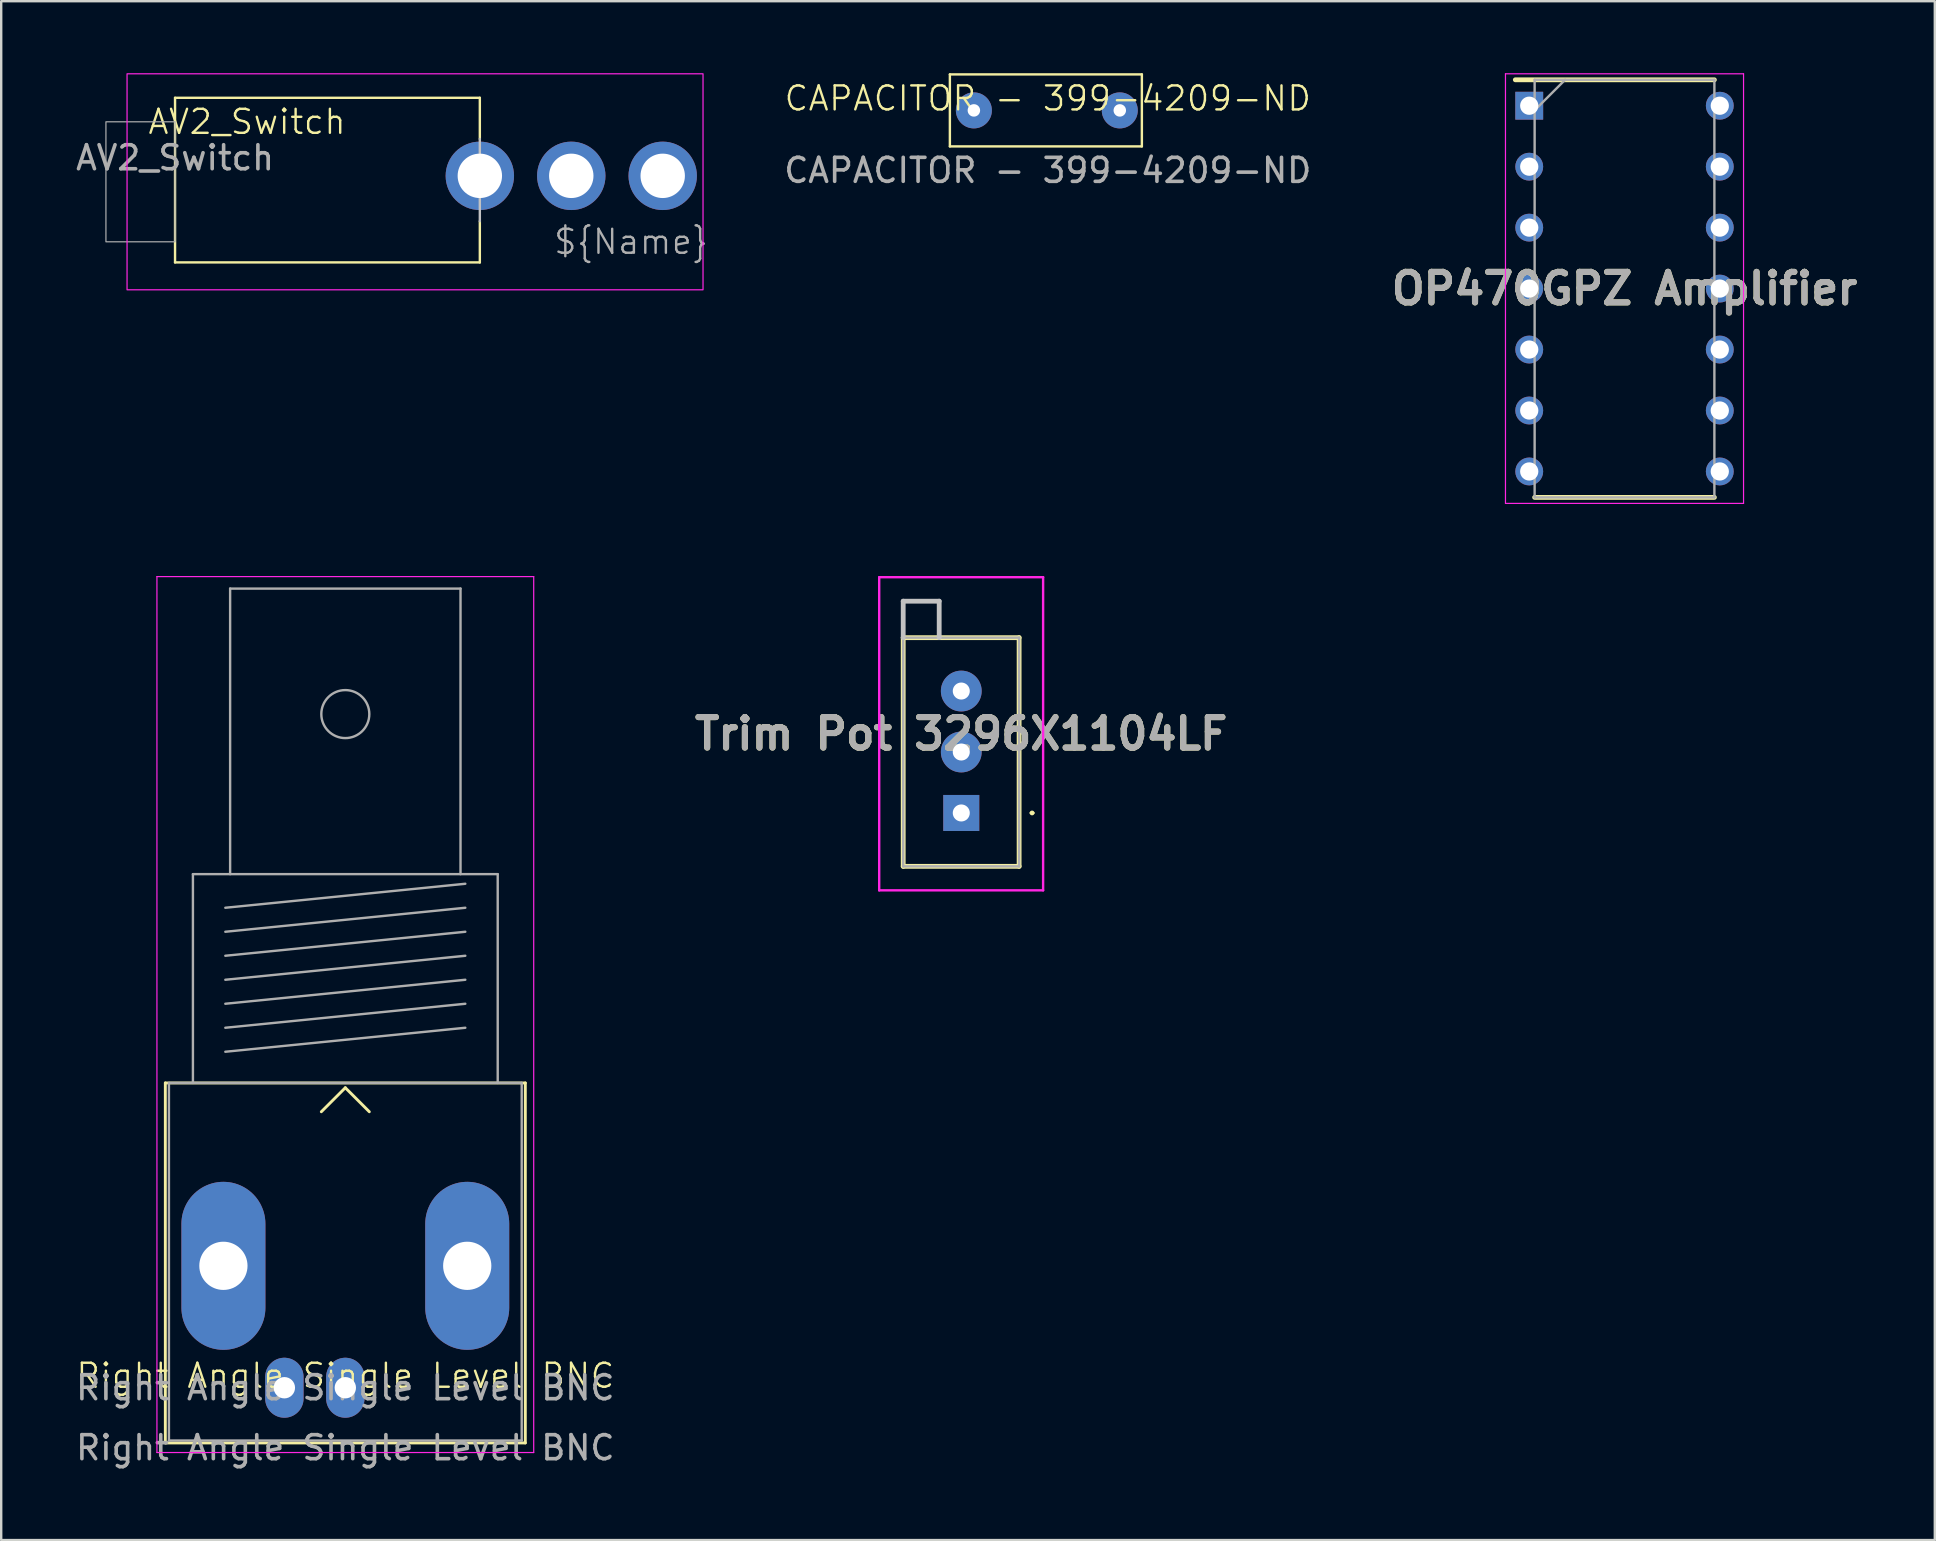
<source format=kicad_pcb>
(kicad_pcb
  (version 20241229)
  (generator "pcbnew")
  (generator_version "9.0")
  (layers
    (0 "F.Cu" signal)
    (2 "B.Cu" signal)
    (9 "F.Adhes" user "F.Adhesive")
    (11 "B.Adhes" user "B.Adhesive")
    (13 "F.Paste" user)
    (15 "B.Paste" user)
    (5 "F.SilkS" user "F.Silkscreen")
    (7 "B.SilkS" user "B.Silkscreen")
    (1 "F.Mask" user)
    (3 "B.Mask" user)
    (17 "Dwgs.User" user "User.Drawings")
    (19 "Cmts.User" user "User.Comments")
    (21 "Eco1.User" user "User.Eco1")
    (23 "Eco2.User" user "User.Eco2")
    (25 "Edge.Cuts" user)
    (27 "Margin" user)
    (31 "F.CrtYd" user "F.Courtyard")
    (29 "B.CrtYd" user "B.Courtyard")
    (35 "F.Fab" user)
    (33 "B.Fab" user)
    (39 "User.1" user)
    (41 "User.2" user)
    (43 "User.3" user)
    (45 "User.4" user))
  (footprint "Trim Pot 3296X1104LF"
    (layer "F.Cu")
    (at 37.005 30.825)
    (property "Reference" "Trim Pot 3296X1104LF" (at -0.005 -3.3 0) (layer "F.SilkS") (effects (font (size 1.27 1.27) (thickness 0.254))))
    (attr through_hole)
    (fp_line (start -2.42 -7.305) (end -2.42 2.225) (stroke (width 0.2) (type solid)) (layer "F.SilkS"))
    (fp_line (start -2.42 2.225) (end 2.41 2.225) (stroke (width 0.2) (type solid)) (layer "F.SilkS"))
    (fp_line (start 2.41 -7.305) (end -2.42 -7.305) (stroke (width 0.2) (type solid)) (layer "F.SilkS"))
    (fp_line (start 2.41 2.225) (end 2.41 -7.305) (stroke (width 0.2) (type solid)) (layer "F.SilkS"))
    (fp_line (start 2.9 0) (end 2.9 0) (stroke (width 0.1) (type solid)) (layer "F.SilkS"))
    (fp_line (start 3 0) (end 3 0) (stroke (width 0.1) (type solid)) (layer "F.SilkS"))
    (fp_arc (start 2.9 0) (mid 2.95 -0.05) (end 3 0) (stroke (width 0.1) (type solid)) (layer "F.SilkS"))
    (fp_arc (start 3 0) (mid 2.95 0.05) (end 2.9 0) (stroke (width 0.1) (type solid)) (layer "F.SilkS"))
    (fp_line (start -2.42 -8.825) (end -2.42 -7.305) (stroke (width 0.2) (type solid)) (layer "Dwgs.User"))
    (fp_line (start -0.92 -8.825) (end -2.42 -8.825) (stroke (width 0.2) (type solid)) (layer "Dwgs.User"))
    (fp_line (start -0.92 -7.305) (end -0.92 -8.825) (stroke (width 0.2) (type solid)) (layer "Dwgs.User"))
    (fp_line (start -3.42 -9.825) (end -3.42 3.225) (stroke (width 0.1) (type solid)) (layer "F.CrtYd"))
    (fp_line (start -3.42 3.225) (end 3.41 3.225) (stroke (width 0.1) (type solid)) (layer "F.CrtYd"))
    (fp_line (start 3.41 -9.825) (end -3.42 -9.825) (stroke (width 0.1) (type solid)) (layer "F.CrtYd"))
    (fp_line (start 3.41 3.225) (end 3.41 -9.825) (stroke (width 0.1) (type solid)) (layer "F.CrtYd"))
    (fp_line (start -2.42 -8.825) (end -0.92 -8.825) (stroke (width 0.1) (type solid)) (layer "F.Fab"))
    (fp_line (start -2.42 -7.305) (end -2.42 -8.825) (stroke (width 0.1) (type solid)) (layer "F.Fab"))
    (fp_line (start -2.42 -7.305) (end -2.42 2.225) (stroke (width 0.1) (type solid)) (layer "F.Fab"))
    (fp_line (start -2.42 2.225) (end 2.41 2.225) (stroke (width 0.1) (type solid)) (layer "F.Fab"))
    (fp_line (start -0.92 -8.825) (end -0.92 -7.305) (stroke (width 0.1) (type solid)) (layer "F.Fab"))
    (fp_line (start 2.41 -7.305) (end -2.42 -7.305) (stroke (width 0.1) (type solid)) (layer "F.Fab"))
    (fp_line (start 2.41 2.225) (end 2.41 -7.305) (stroke (width 0.1) (type solid)) (layer "F.Fab"))
    (fp_text user "${REFERENCE}" (at -0.005 -3.3 0) (layer "F.Fab") (effects (font (size 1.27 1.27) (thickness 0.254))))
    (pad "1" thru_hole rect (at 0 0) (size 1.5 1.5) (drill 0.71) (layers "*.Cu" "*.Mask"))
    (pad "2" thru_hole circle (at 0 -2.54) (size 1.7 1.7) (drill 0.71) (layers "*.Cu" "*.Mask"))
    (pad "3" thru_hole circle (at 0 -5.08) (size 1.7 1.7) (drill 0.71) (layers "*.Cu" "*.Mask")))
  (footprint "Right Angle Single Level BNC"
    (layer "F.Cu")
    (at 11.339 54.775)
    (property "Reference" "Right Angle Single Level BNC" (at 0 -0.5 0) (unlocked yes) (layer "F.SilkS") (effects (font (size 1 1) (thickness 0.1))))
    (attr through_hole)
    (fp_line (start -7.5 -12.7) (end 7.5 -12.7) (stroke (width 0.12) (type solid)) (layer "F.SilkS"))
    (fp_line (start -7.5 2.3) (end -7.5 -12.7) (stroke (width 0.12) (type solid)) (layer "F.SilkS"))
    (fp_line (start 0 -12.5) (end -1 -11.5) (stroke (width 0.12) (type solid)) (layer "F.SilkS"))
    (fp_line (start 0 -12.5) (end 1 -11.5) (stroke (width 0.12) (type solid)) (layer "F.SilkS"))
    (fp_line (start 7.5 -12.7) (end 7.5 2.3) (stroke (width 0.12) (type solid)) (layer "F.SilkS"))
    (fp_line (start 7.5 2.3) (end -7.5 2.3) (stroke (width 0.12) (type solid)) (layer "F.SilkS"))
    (fp_line (start -7.85 2.7) (end -7.85 -33.8) (stroke (width 0.05) (type solid)) (layer "F.CrtYd"))
    (fp_line (start -7.85 2.7) (end 7.85 2.7) (stroke (width 0.05) (type solid)) (layer "F.CrtYd"))
    (fp_line (start 7.85 -33.8) (end -7.85 -33.8) (stroke (width 0.05) (type solid)) (layer "F.CrtYd"))
    (fp_line (start 7.85 2.7) (end 7.85 -33.8) (stroke (width 0.05) (type solid)) (layer "F.CrtYd"))
    (fp_line (start -7.35 -12.7) (end -7.35 2.2) (stroke (width 0.1) (type solid)) (layer "F.Fab"))
    (fp_line (start -7.35 2.2) (end 7.35 2.2) (stroke (width 0.1) (type solid)) (layer "F.Fab"))
    (fp_line (start -6.35 -21.4) (end -6.35 -12.7) (stroke (width 0.1) (type solid)) (layer "F.Fab"))
    (fp_line (start -5 -20) (end 5 -21) (stroke (width 0.1) (type solid)) (layer "F.Fab"))
    (fp_line (start -5 -19) (end 5 -20) (stroke (width 0.1) (type solid)) (layer "F.Fab"))
    (fp_line (start -5 -18) (end 5 -19) (stroke (width 0.1) (type solid)) (layer "F.Fab"))
    (fp_line (start -5 -17) (end 5 -18) (stroke (width 0.1) (type solid)) (layer "F.Fab"))
    (fp_line (start -5 -16) (end 5 -17) (stroke (width 0.1) (type solid)) (layer "F.Fab"))
    (fp_line (start -5 -15) (end 5 -16) (stroke (width 0.1) (type solid)) (layer "F.Fab"))
    (fp_line (start -5 -14) (end 5 -15) (stroke (width 0.1) (type solid)) (layer "F.Fab"))
    (fp_line (start -4.8 -33.3) (end -4.8 -21.4) (stroke (width 0.1) (type solid)) (layer "F.Fab"))
    (fp_line (start 4.8 -33.3) (end -4.8 -33.3) (stroke (width 0.1) (type solid)) (layer "F.Fab"))
    (fp_line (start 4.8 -21.4) (end 4.8 -33.3) (stroke (width 0.1) (type solid)) (layer "F.Fab"))
    (fp_line (start 6.35 -21.4) (end -6.35 -21.4) (stroke (width 0.1) (type solid)) (layer "F.Fab"))
    (fp_line (start 6.35 -12.7) (end 6.35 -21.4) (stroke (width 0.1) (type solid)) (layer "F.Fab"))
    (fp_line (start 7.35 -12.7) (end -7.35 -12.7) (stroke (width 0.1) (type solid)) (layer "F.Fab"))
    (fp_line (start 7.35 2.2) (end 7.35 -12.7) (stroke (width 0.1) (type solid)) (layer "F.Fab"))
    (fp_circle (center 0 -28.07) (end 1 -28.07) (stroke (width 0.1) (type solid)) (fill no) (layer "F.Fab"))
    (fp_text user "${REFERENCE}" (at 0 0 0) (layer "F.Fab") (effects (font (size 1 1) (thickness 0.15))))
    (fp_text user "${REFERENCE}" (at 0 2.5 0) (unlocked yes) (layer "F.Fab") (effects (font (size 1 1) (thickness 0.15))))
    (pad "1" thru_hole oval (at 0 0) (size 1.6 2.5) (drill 0.89) (layers "*.Cu" "*.Mask"))
    (pad "2" thru_hole oval (at -2.54 0) (size 1.6 2.5) (drill 0.89) (layers "*.Cu" "*.Mask"))
    (pad "MH" thru_hole oval (at -5.08 -5.08) (size 3.5 7) (drill 2.01) (layers "*.Cu" "*.Mask"))
    (pad "MH" thru_hole oval (at 5.08 -5.08) (size 3.5 7) (drill 2.01) (layers "*.Cu" "*.Mask")))
  (footprint "CAPACITOR - 399-4209-ND"
    (layer "F.Cu")
    (at 40.61 1.55)
    (property "Reference" "CAPACITOR - 399-4209-ND" (at 0 -0.5 0) (unlocked yes) (layer "F.SilkS") (effects (font (size 1 1) (thickness 0.1))))
    (attr through_hole)
    (fp_line (start -4.08 -1.5) (end 3.92 -1.5) (stroke (width 0.1) (type default)) (layer "F.SilkS"))
    (fp_line (start -4.08 1.5) (end -4.08 -1.5) (stroke (width 0.1) (type default)) (layer "F.SilkS"))
    (fp_line (start 3.92 -1.5) (end 3.92 1.5) (stroke (width 0.1) (type default)) (layer "F.SilkS"))
    (fp_line (start 3.92 1.5) (end -4.08 1.5) (stroke (width 0.1) (type default)) (layer "F.SilkS"))
    (fp_text user "${REFERENCE}" (at 0 2.5 0) (unlocked yes) (layer "F.Fab") (effects (font (size 1 1) (thickness 0.15))))
    (pad "1" thru_hole circle (at -3.08 0) (size 1.5 1.5) (drill 0.52) (layers "*.Cu" "*.Mask"))
    (pad "2" thru_hole circle (at 3 0) (size 1.5 1.5) (drill 0.52) (layers "*.Cu" "*.Mask")))
  (footprint "OP470GPZ Amplifier"
    (layer "F.Cu")
    (at 64.641 8.975)
    (property "Reference" "OP470GPZ Amplifier" (at 0 0 0) (layer "F.SilkS") (effects (font (size 1.27 1.27) (thickness 0.254))))
    (attr through_hole)
    (fp_line (start -4.55 -8.7) (end 3.745 -8.7) (stroke (width 0.2) (type solid)) (layer "F.SilkS"))
    (fp_line (start -3.745 8.7) (end 3.745 8.7) (stroke (width 0.2) (type solid)) (layer "F.SilkS"))
    (fp_line (start -4.96 -8.95) (end 4.96 -8.95) (stroke (width 0.05) (type solid)) (layer "F.CrtYd"))
    (fp_line (start -4.96 8.95) (end -4.96 -8.95) (stroke (width 0.05) (type solid)) (layer "F.CrtYd"))
    (fp_line (start 4.96 -8.95) (end 4.96 8.95) (stroke (width 0.05) (type solid)) (layer "F.CrtYd"))
    (fp_line (start 4.96 8.95) (end -4.96 8.95) (stroke (width 0.05) (type solid)) (layer "F.CrtYd"))
    (fp_line (start -3.745 -8.7) (end 3.745 -8.7) (stroke (width 0.1) (type solid)) (layer "F.Fab"))
    (fp_line (start -3.745 -7.43) (end -2.475 -8.7) (stroke (width 0.1) (type solid)) (layer "F.Fab"))
    (fp_line (start -3.745 8.7) (end -3.745 -8.7) (stroke (width 0.1) (type solid)) (layer "F.Fab"))
    (fp_line (start 3.745 -8.7) (end 3.745 8.7) (stroke (width 0.1) (type solid)) (layer "F.Fab"))
    (fp_line (start 3.745 8.7) (end -3.745 8.7) (stroke (width 0.1) (type solid)) (layer "F.Fab"))
    (fp_text user "${REFERENCE}" (at 0 0 0) (layer "F.Fab") (effects (font (size 1.27 1.27) (thickness 0.254))))
    (pad "1" thru_hole rect (at -3.97 -7.62) (size 1.16 1.16) (drill 0.76) (layers "*.Cu" "*.Mask"))
    (pad "2" thru_hole circle (at -3.97 -5.08) (size 1.16 1.16) (drill 0.76) (layers "*.Cu" "*.Mask"))
    (pad "3" thru_hole circle (at -3.97 -2.54) (size 1.16 1.16) (drill 0.76) (layers "*.Cu" "*.Mask"))
    (pad "4" thru_hole circle (at -3.97 0) (size 1.16 1.16) (drill 0.76) (layers "*.Cu" "*.Mask"))
    (pad "5" thru_hole circle (at -3.97 2.54) (size 1.16 1.16) (drill 0.76) (layers "*.Cu" "*.Mask"))
    (pad "6" thru_hole circle (at -3.97 5.08) (size 1.16 1.16) (drill 0.76) (layers "*.Cu" "*.Mask"))
    (pad "7" thru_hole circle (at -3.97 7.62) (size 1.16 1.16) (drill 0.76) (layers "*.Cu" "*.Mask"))
    (pad "8" thru_hole circle (at 3.97 7.62) (size 1.16 1.16) (drill 0.76) (layers "*.Cu" "*.Mask"))
    (pad "9" thru_hole circle (at 3.97 5.08) (size 1.16 1.16) (drill 0.76) (layers "*.Cu" "*.Mask"))
    (pad "10" thru_hole circle (at 3.97 2.54) (size 1.16 1.16) (drill 0.76) (layers "*.Cu" "*.Mask"))
    (pad "11" thru_hole circle (at 3.97 0) (size 1.16 1.16) (drill 0.76) (layers "*.Cu" "*.Mask"))
    (pad "12" thru_hole circle (at 3.97 -2.54) (size 1.16 1.16) (drill 0.76) (layers "*.Cu" "*.Mask"))
    (pad "13" thru_hole circle (at 3.97 -5.08) (size 1.16 1.16) (drill 0.76) (layers "*.Cu" "*.Mask"))
    (pad "14" thru_hole circle (at 3.97 -7.62) (size 1.16 1.16) (drill 0.76) (layers "*.Cu" "*.Mask")))
  (footprint "AV2_Switch"
    (layer "F.Cu")
    (at 4.244 1.025)
    (property "Reference" "AV2_Switch" (at 3 1 0) (unlocked yes) (layer "F.SilkS") (effects (font (size 1 1) (thickness 0.1))))
    (attr through_hole)
    (fp_line (start 0 0) (end 0 6.86) (stroke (width 0.1) (type default)) (layer "F.SilkS"))
    (fp_line (start 0 6.86) (end 12.7 6.86) (stroke (width 0.1) (type default)) (layer "F.SilkS"))
    (fp_line (start 12.7 0) (end 0 0) (stroke (width 0.1) (type default)) (layer "F.SilkS"))
    (fp_line (start 12.7 1.715) (end 12.7 0) (stroke (width 0.1) (type default)) (layer "F.SilkS"))
    (fp_line (start 12.7 6.86) (end 12.7 5.143) (stroke (width 0.1) (type default)) (layer "F.SilkS"))
    (fp_line (start 12.7 1.715) (end 12.7 5.143) (stroke (width 0.1) (type default)) (layer "Dwgs.User"))
    (fp_rect (start -2 -1) (end 22 8) (stroke (width 0.05) (type default)) (fill no) (layer "F.CrtYd"))
    (fp_rect (start -2.88 1) (end 0 6) (stroke (width 0.05) (type default)) (fill no) (layer "F.Fab"))
    (fp_text user "${REFERENCE}" (at 0 2.5 0) (unlocked yes) (layer "F.Fab") (effects (font (size 1 1) (thickness 0.15))))
    (fp_text user "${Name}" (at 19 6 0) (layer "F.Fab") (effects (font (size 1 1) (thickness 0.1))))
    (pad "1" thru_hole circle (at 12.7 3.252) (size 2.85 2.85) (drill 1.85) (layers "*.Cu" "*.Mask"))
    (pad "2" thru_hole circle (at 16.51 3.252) (size 2.85 2.85) (drill 1.85) (layers "*.Cu" "*.Mask"))
    (pad "3" thru_hole circle (at 20.32 3.252) (size 2.85 2.85) (drill 1.85) (layers "*.Cu" "*.Mask")))
  (gr_rect
    (start -3 -3)
    (end 77.571 61.123)
    (stroke (width 0.1) (type default))
    (fill no)
    (layer "Edge.Cuts")))
</source>
